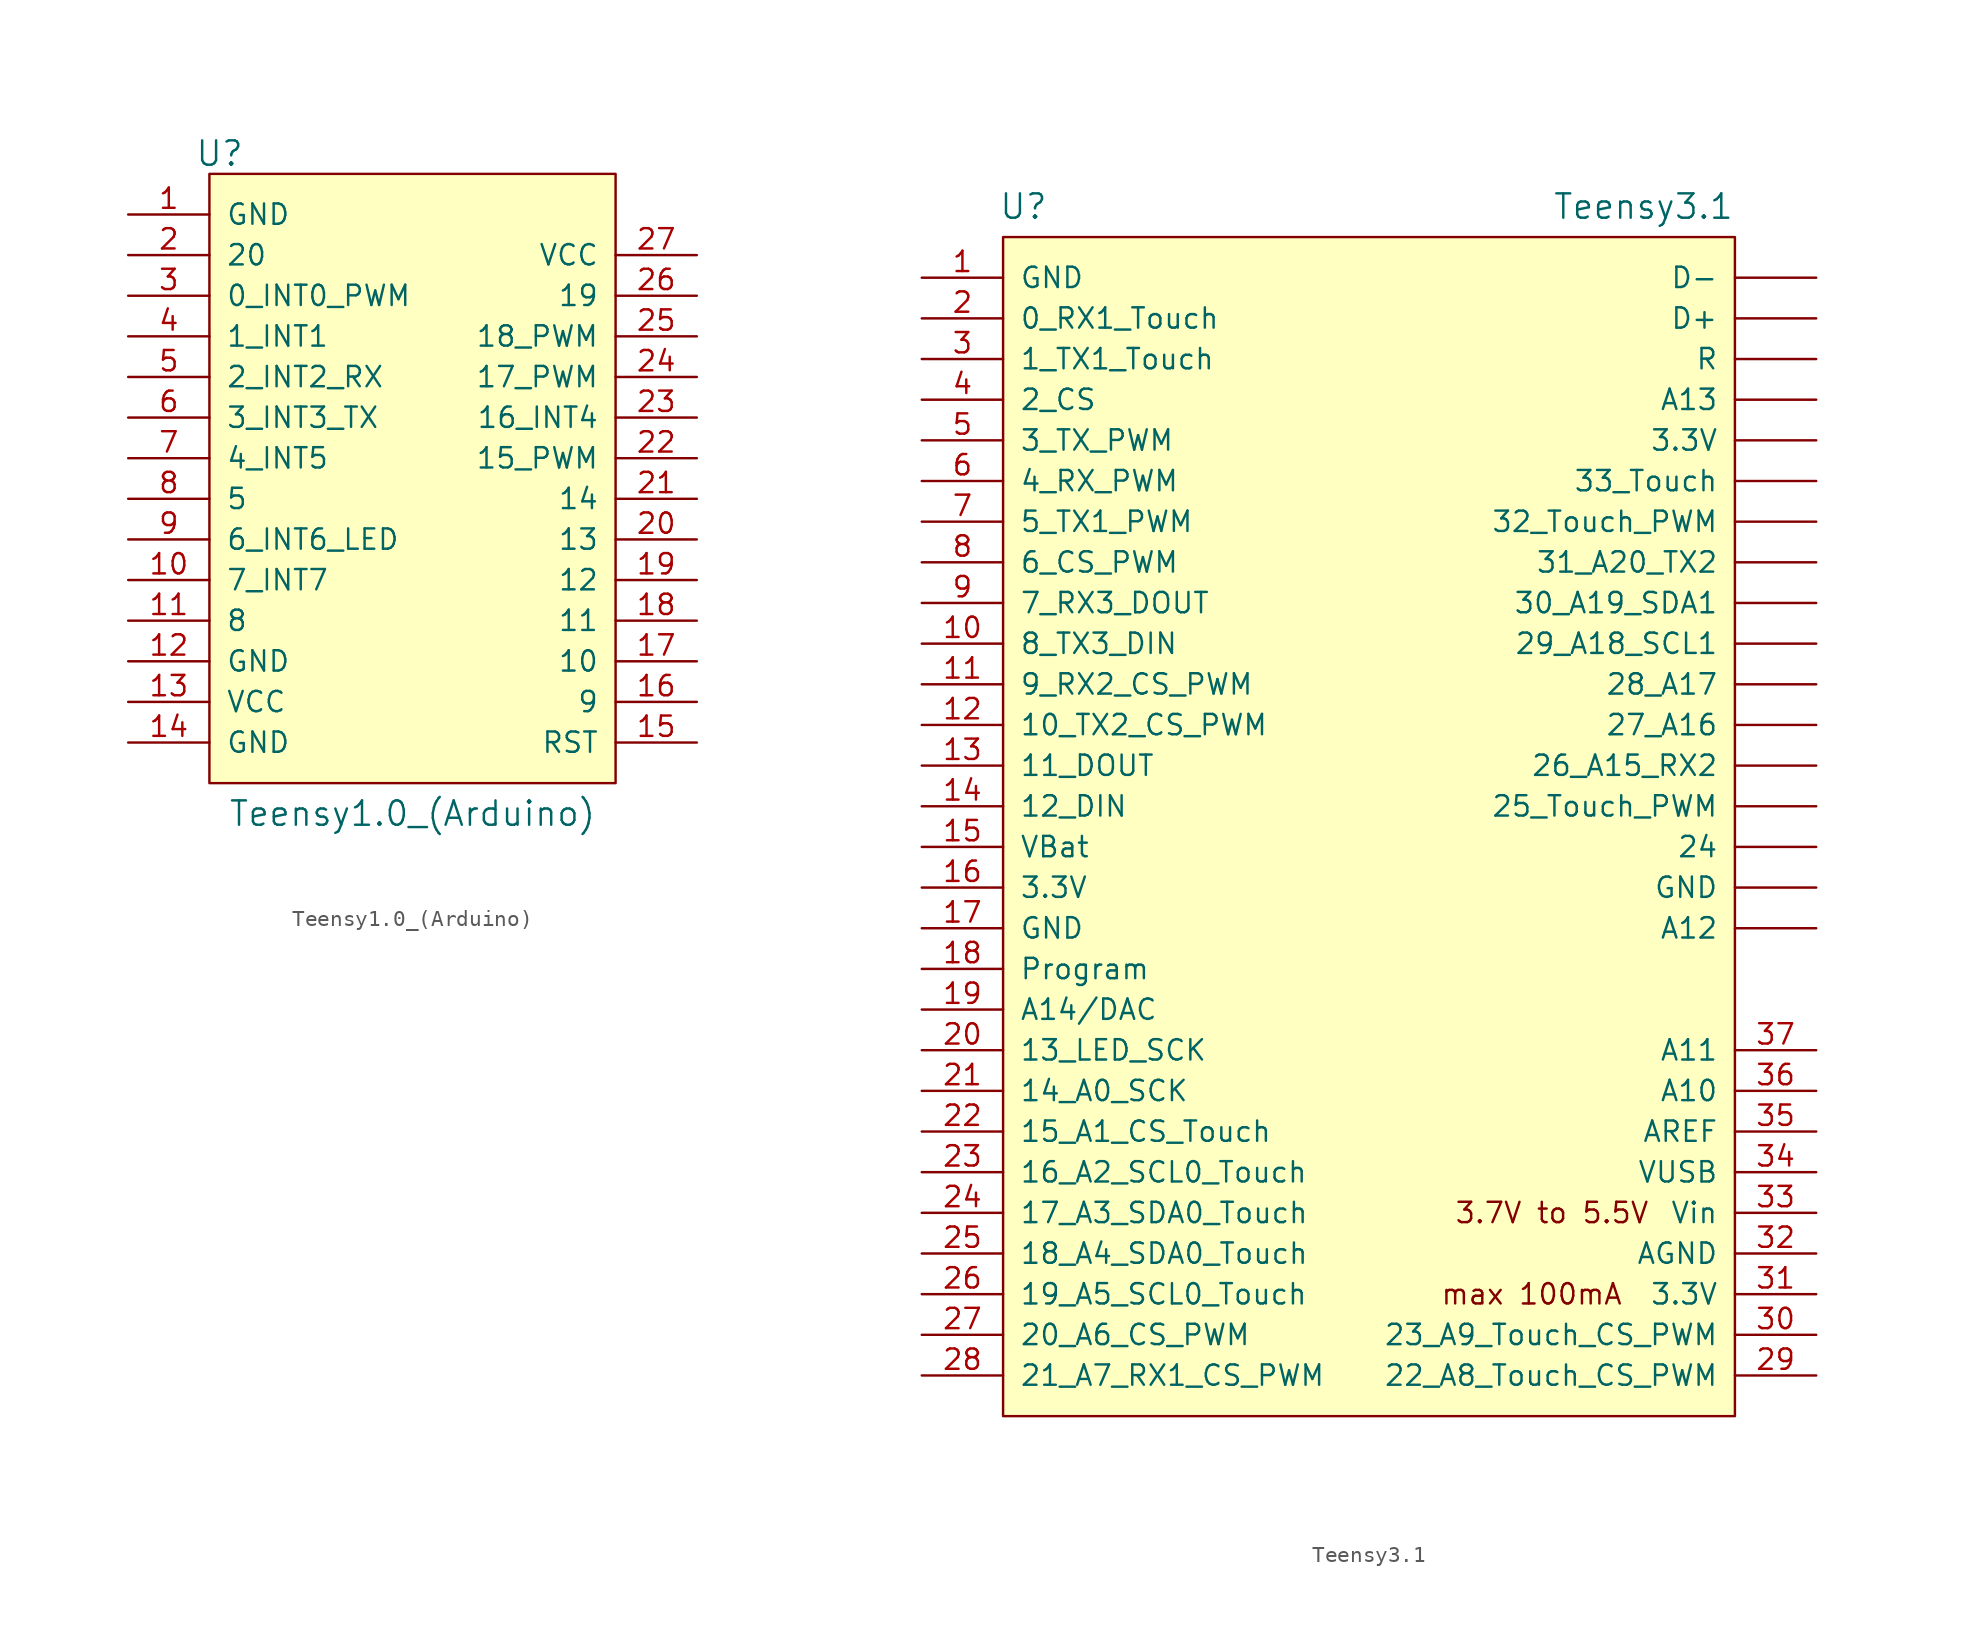
<source format=kicad_sym>
(kicad_symbol_lib
  (version 20231120)
  (generator "kicad_symbol_editor")
  (generator_version "8.0")
  (symbol "Teensy1.0_(Arduino)"
    (pin_names
      (offset 1.016))
    (property "Reference" "U"
      (at -12.065 20.32 0)
      (effects (font (size 1.524 1.524))))
    (property "Value" "Teensy1.0_(Arduino)"
      (at 0 -20.955 0)
      (effects (font (size 1.524 1.524))))
    (symbol "Teensy1.0_(Arduino)_0_1"
      (rectangle (start -12.7 19.05) (end 12.7 -19.05) (stroke (width 0) (type default)) (fill (type background))))
    (symbol "Teensy1.0_(Arduino)_1_1"
      (pin power_in line (at -17.78 16.51 0) (length 5.08) (name "GND" (effects (font (size 1.27 1.27)))) (number "1" (effects (font (size 1.27 1.27)))))
      (pin bidirectional line (at -17.78 -6.35 0) (length 5.08) (name "7_INT7" (effects (font (size 1.27 1.27)))) (number "10" (effects (font (size 1.27 1.27)))))
      (pin bidirectional line (at -17.78 -8.89 0) (length 5.08) (name "8" (effects (font (size 1.27 1.27)))) (number "11" (effects (font (size 1.27 1.27)))))
      (pin power_in line (at -17.78 -11.43 0) (length 5.08) (name "GND" (effects (font (size 1.27 1.27)))) (number "12" (effects (font (size 1.27 1.27)))))
      (pin power_in line (at -17.78 -13.97 0) (length 5.08) (name "VCC" (effects (font (size 1.27 1.27)))) (number "13" (effects (font (size 1.27 1.27)))))
      (pin power_in line (at -17.78 -16.51 0) (length 5.08) (name "GND" (effects (font (size 1.27 1.27)))) (number "14" (effects (font (size 1.27 1.27)))))
      (pin input line (at 17.78 -16.51 180) (length 5.08) (name "RST" (effects (font (size 1.27 1.27)))) (number "15" (effects (font (size 1.27 1.27)))))
      (pin bidirectional line (at 17.78 -13.97 180) (length 5.08) (name "9" (effects (font (size 1.27 1.27)))) (number "16" (effects (font (size 1.27 1.27)))))
      (pin bidirectional line (at 17.78 -11.43 180) (length 5.08) (name "10" (effects (font (size 1.27 1.27)))) (number "17" (effects (font (size 1.27 1.27)))))
      (pin bidirectional line (at 17.78 -8.89 180) (length 5.08) (name "11" (effects (font (size 1.27 1.27)))) (number "18" (effects (font (size 1.27 1.27)))))
      (pin bidirectional line (at 17.78 -6.35 180) (length 5.08) (name "12" (effects (font (size 1.27 1.27)))) (number "19" (effects (font (size 1.27 1.27)))))
      (pin bidirectional line (at -17.78 13.97 0) (length 5.08) (name "20" (effects (font (size 1.27 1.27)))) (number "2" (effects (font (size 1.27 1.27)))))
      (pin bidirectional line (at 17.78 -3.81 180) (length 5.08) (name "13" (effects (font (size 1.27 1.27)))) (number "20" (effects (font (size 1.27 1.27)))))
      (pin bidirectional line (at 17.78 -1.27 180) (length 5.08) (name "14" (effects (font (size 1.27 1.27)))) (number "21" (effects (font (size 1.27 1.27)))))
      (pin bidirectional line (at 17.78 1.27 180) (length 5.08) (name "15_PWM" (effects (font (size 1.27 1.27)))) (number "22" (effects (font (size 1.27 1.27)))))
      (pin bidirectional line (at 17.78 3.81 180) (length 5.08) (name "16_INT4" (effects (font (size 1.27 1.27)))) (number "23" (effects (font (size 1.27 1.27)))))
      (pin bidirectional line (at 17.78 6.35 180) (length 5.08) (name "17_PWM" (effects (font (size 1.27 1.27)))) (number "24" (effects (font (size 1.27 1.27)))))
      (pin bidirectional line (at 17.78 8.89 180) (length 5.08) (name "18_PWM" (effects (font (size 1.27 1.27)))) (number "25" (effects (font (size 1.27 1.27)))))
      (pin bidirectional line (at 17.78 11.43 180) (length 5.08) (name "19" (effects (font (size 1.27 1.27)))) (number "26" (effects (font (size 1.27 1.27)))))
      (pin power_in line (at 17.78 13.97 180) (length 5.08) (name "VCC" (effects (font (size 1.27 1.27)))) (number "27" (effects (font (size 1.27 1.27)))))
      (pin bidirectional line (at -17.78 11.43 0) (length 5.08) (name "0_INT0_PWM" (effects (font (size 1.27 1.27)))) (number "3" (effects (font (size 1.27 1.27)))))
      (pin bidirectional line (at -17.78 8.89 0) (length 5.08) (name "1_INT1" (effects (font (size 1.27 1.27)))) (number "4" (effects (font (size 1.27 1.27)))))
      (pin bidirectional line (at -17.78 6.35 0) (length 5.08) (name "2_INT2_RX" (effects (font (size 1.27 1.27)))) (number "5" (effects (font (size 1.27 1.27)))))
      (pin bidirectional line (at -17.78 3.81 0) (length 5.08) (name "3_INT3_TX" (effects (font (size 1.27 1.27)))) (number "6" (effects (font (size 1.27 1.27)))))
      (pin bidirectional line (at -17.78 1.27 0) (length 5.08) (name "4_INT5" (effects (font (size 1.27 1.27)))) (number "7" (effects (font (size 1.27 1.27)))))
      (pin bidirectional line (at -17.78 -1.27 0) (length 5.08) (name "5" (effects (font (size 1.27 1.27)))) (number "8" (effects (font (size 1.27 1.27)))))
      (pin bidirectional line (at -17.78 -3.81 0) (length 5.08) (name "6_INT6_LED" (effects (font (size 1.27 1.27)))) (number "9" (effects (font (size 1.27 1.27)))))))
  (symbol "Teensy3.1"
    (pin_names
      (offset 1.016))
    (property "Reference" "U"
      (at -21.59 38.735 0)
      (effects (font (size 1.524 1.524))))
    (property "Value" "Teensy3.1"
      (at 17.145 38.735 0)
      (effects (font (size 1.524 1.524))))
    (symbol "Teensy3.1_0_0"
      (text "3.7V to 5.5V" (at 11.43 -24.13 0) (effects (font (size 1.27 1.27))))
      (text "max 100mA" (at 10.16 -29.21 0) (effects (font (size 1.27 1.27)))))
    (symbol "Teensy3.1_0_1"
      (rectangle (start -22.86 36.83) (end 22.86 -36.83) (stroke (width 0) (type default)) (fill (type background))))
    (symbol "Teensy3.1_1_1"
      (pin power_in line (at -27.94 34.29 0) (length 5.08) (name "GND" (effects (font (size 1.27 1.27)))) (number "1" (effects (font (size 1.27 1.27)))))
      (pin bidirectional line (at -27.94 11.43 0) (length 5.08) (name "8_TX3_DIN" (effects (font (size 1.27 1.27)))) (number "10" (effects (font (size 1.27 1.27)))))
      (pin bidirectional line (at -27.94 8.89 0) (length 5.08) (name "9_RX2_CS_PWM" (effects (font (size 1.27 1.27)))) (number "11" (effects (font (size 1.27 1.27)))))
      (pin bidirectional line (at -27.94 6.35 0) (length 5.08) (name "10_TX2_CS_PWM" (effects (font (size 1.27 1.27)))) (number "12" (effects (font (size 1.27 1.27)))))
      (pin bidirectional line (at -27.94 3.81 0) (length 5.08) (name "11_DOUT" (effects (font (size 1.27 1.27)))) (number "13" (effects (font (size 1.27 1.27)))))
      (pin bidirectional line (at -27.94 1.27 0) (length 5.08) (name "12_DIN" (effects (font (size 1.27 1.27)))) (number "14" (effects (font (size 1.27 1.27)))))
      (pin power_in line (at -27.94 -1.27 0) (length 5.08) (name "VBat" (effects (font (size 1.27 1.27)))) (number "15" (effects (font (size 1.27 1.27)))))
      (pin power_in line (at -27.94 -3.81 0) (length 5.08) (name "3.3V" (effects (font (size 1.27 1.27)))) (number "16" (effects (font (size 1.27 1.27)))))
      (pin power_in line (at -27.94 -6.35 0) (length 5.08) (name "GND" (effects (font (size 1.27 1.27)))) (number "17" (effects (font (size 1.27 1.27)))))
      (pin input line (at -27.94 -8.89 0) (length 5.08) (name "Program" (effects (font (size 1.27 1.27)))) (number "18" (effects (font (size 1.27 1.27)))))
      (pin bidirectional line (at -27.94 -11.43 0) (length 5.08) (name "A14/DAC" (effects (font (size 1.27 1.27)))) (number "19" (effects (font (size 1.27 1.27)))))
      (pin bidirectional line (at -27.94 31.75 0) (length 5.08) (name "0_RX1_Touch" (effects (font (size 1.27 1.27)))) (number "2" (effects (font (size 1.27 1.27)))))
      (pin bidirectional line (at -27.94 -13.97 0) (length 5.08) (name "13_LED_SCK" (effects (font (size 1.27 1.27)))) (number "20" (effects (font (size 1.27 1.27)))))
      (pin bidirectional line (at -27.94 -16.51 0) (length 5.08) (name "14_A0_SCK" (effects (font (size 1.27 1.27)))) (number "21" (effects (font (size 1.27 1.27)))))
      (pin bidirectional line (at -27.94 -19.05 0) (length 5.08) (name "15_A1_CS_Touch" (effects (font (size 1.27 1.27)))) (number "22" (effects (font (size 1.27 1.27)))))
      (pin bidirectional line (at -27.94 -21.59 0) (length 5.08) (name "16_A2_SCL0_Touch" (effects (font (size 1.27 1.27)))) (number "23" (effects (font (size 1.27 1.27)))))
      (pin bidirectional line (at -27.94 -24.13 0) (length 5.08) (name "17_A3_SDA0_Touch" (effects (font (size 1.27 1.27)))) (number "24" (effects (font (size 1.27 1.27)))))
      (pin bidirectional line (at -27.94 -26.67 0) (length 5.08) (name "18_A4_SDA0_Touch" (effects (font (size 1.27 1.27)))) (number "25" (effects (font (size 1.27 1.27)))))
      (pin bidirectional line (at -27.94 -29.21 0) (length 5.08) (name "19_A5_SCL0_Touch" (effects (font (size 1.27 1.27)))) (number "26" (effects (font (size 1.27 1.27)))))
      (pin bidirectional line (at -27.94 -31.75 0) (length 5.08) (name "20_A6_CS_PWM" (effects (font (size 1.27 1.27)))) (number "27" (effects (font (size 1.27 1.27)))))
      (pin bidirectional line (at -27.94 -34.29 0) (length 5.08) (name "21_A7_RX1_CS_PWM" (effects (font (size 1.27 1.27)))) (number "28" (effects (font (size 1.27 1.27)))))
      (pin bidirectional line (at 27.94 -34.29 180) (length 5.08) (name "22_A8_Touch_CS_PWM" (effects (font (size 1.27 1.27)))) (number "29" (effects (font (size 1.27 1.27)))))
      (pin bidirectional line (at -27.94 29.21 0) (length 5.08) (name "1_TX1_Touch" (effects (font (size 1.27 1.27)))) (number "3" (effects (font (size 1.27 1.27)))))
      (pin bidirectional line (at 27.94 -31.75 180) (length 5.08) (name "23_A9_Touch_CS_PWM" (effects (font (size 1.27 1.27)))) (number "30" (effects (font (size 1.27 1.27)))))
      (pin power_out line (at 27.94 -29.21 180) (length 5.08) (name "3.3V" (effects (font (size 1.27 1.27)))) (number "31" (effects (font (size 1.27 1.27)))))
      (pin power_out line (at 27.94 -26.67 180) (length 5.08) (name "AGND" (effects (font (size 1.27 1.27)))) (number "32" (effects (font (size 1.27 1.27)))))
      (pin power_in line (at 27.94 -24.13 180) (length 5.08) (name "Vin" (effects (font (size 1.27 1.27)))) (number "33" (effects (font (size 1.27 1.27)))))
      (pin power_in line (at 27.94 -21.59 180) (length 5.08) (name "VUSB" (effects (font (size 1.27 1.27)))) (number "34" (effects (font (size 1.27 1.27)))))
      (pin input line (at 27.94 -19.05 180) (length 5.08) (name "AREF" (effects (font (size 1.27 1.27)))) (number "35" (effects (font (size 1.27 1.27)))))
      (pin bidirectional line (at 27.94 -16.51 180) (length 5.08) (name "A10" (effects (font (size 1.27 1.27)))) (number "36" (effects (font (size 1.27 1.27)))))
      (pin bidirectional line (at 27.94 -13.97 180) (length 5.08) (name "A11" (effects (font (size 1.27 1.27)))) (number "37" (effects (font (size 1.27 1.27)))))
      (pin bidirectional line (at -27.94 26.67 0) (length 5.08) (name "2_CS" (effects (font (size 1.27 1.27)))) (number "4" (effects (font (size 1.27 1.27)))))
      (pin bidirectional line (at -27.94 24.13 0) (length 5.08) (name "3_TX_PWM" (effects (font (size 1.27 1.27)))) (number "5" (effects (font (size 1.27 1.27)))))
      (pin bidirectional line (at -27.94 21.59 0) (length 5.08) (name "4_RX_PWM" (effects (font (size 1.27 1.27)))) (number "6" (effects (font (size 1.27 1.27)))))
      (pin bidirectional line (at -27.94 19.05 0) (length 5.08) (name "5_TX1_PWM" (effects (font (size 1.27 1.27)))) (number "7" (effects (font (size 1.27 1.27)))))
      (pin bidirectional line (at -27.94 16.51 0) (length 5.08) (name "6_CS_PWM" (effects (font (size 1.27 1.27)))) (number "8" (effects (font (size 1.27 1.27)))))
      (pin bidirectional line (at -27.94 13.97 0) (length 5.08) (name "7_RX3_DOUT" (effects (font (size 1.27 1.27)))) (number "9" (effects (font (size 1.27 1.27)))))
      (pin bidirectional line (at 27.94 -1.27 180) (length 5.08) (name "24" (effects (font (size 1.27 1.27)))) (number "~" (effects (font (size 1.27 1.27)))))
      (pin bidirectional line (at 27.94 1.27 180) (length 5.08) (name "25_Touch_PWM" (effects (font (size 1.27 1.27)))) (number "~" (effects (font (size 1.27 1.27)))))
      (pin bidirectional line (at 27.94 3.81 180) (length 5.08) (name "26_A15_RX2" (effects (font (size 1.27 1.27)))) (number "~" (effects (font (size 1.27 1.27)))))
      (pin bidirectional line (at 27.94 6.35 180) (length 5.08) (name "27_A16" (effects (font (size 1.27 1.27)))) (number "~" (effects (font (size 1.27 1.27)))))
      (pin bidirectional line (at 27.94 8.89 180) (length 5.08) (name "28_A17" (effects (font (size 1.27 1.27)))) (number "~" (effects (font (size 1.27 1.27)))))
      (pin bidirectional line (at 27.94 11.43 180) (length 5.08) (name "29_A18_SCL1" (effects (font (size 1.27 1.27)))) (number "~" (effects (font (size 1.27 1.27)))))
      (pin power_in line (at 27.94 24.13 180) (length 5.08) (name "3.3V" (effects (font (size 1.27 1.27)))) (number "~" (effects (font (size 1.27 1.27)))))
      (pin bidirectional line (at 27.94 13.97 180) (length 5.08) (name "30_A19_SDA1" (effects (font (size 1.27 1.27)))) (number "~" (effects (font (size 1.27 1.27)))))
      (pin bidirectional line (at 27.94 16.51 180) (length 5.08) (name "31_A20_TX2" (effects (font (size 1.27 1.27)))) (number "~" (effects (font (size 1.27 1.27)))))
      (pin bidirectional line (at 27.94 19.05 180) (length 5.08) (name "32_Touch_PWM" (effects (font (size 1.27 1.27)))) (number "~" (effects (font (size 1.27 1.27)))))
      (pin bidirectional line (at 27.94 21.59 180) (length 5.08) (name "33_Touch" (effects (font (size 1.27 1.27)))) (number "~" (effects (font (size 1.27 1.27)))))
      (pin bidirectional line (at 27.94 -6.35 180) (length 5.08) (name "A12" (effects (font (size 1.27 1.27)))) (number "~" (effects (font (size 1.27 1.27)))))
      (pin bidirectional line (at 27.94 26.67 180) (length 5.08) (name "A13" (effects (font (size 1.27 1.27)))) (number "~" (effects (font (size 1.27 1.27)))))
      (pin bidirectional line (at 27.94 31.75 180) (length 5.08) (name "D+" (effects (font (size 1.27 1.27)))) (number "~" (effects (font (size 1.27 1.27)))))
      (pin bidirectional line (at 27.94 34.29 180) (length 5.08) (name "D-" (effects (font (size 1.27 1.27)))) (number "~" (effects (font (size 1.27 1.27)))))
      (pin power_in line (at 27.94 -3.81 180) (length 5.08) (name "GND" (effects (font (size 1.27 1.27)))) (number "~" (effects (font (size 1.27 1.27)))))
      (pin input line (at 27.94 29.21 180) (length 5.08) (name "R" (effects (font (size 1.27 1.27)))) (number "~" (effects (font (size 1.27 1.27))))))))
</source>
